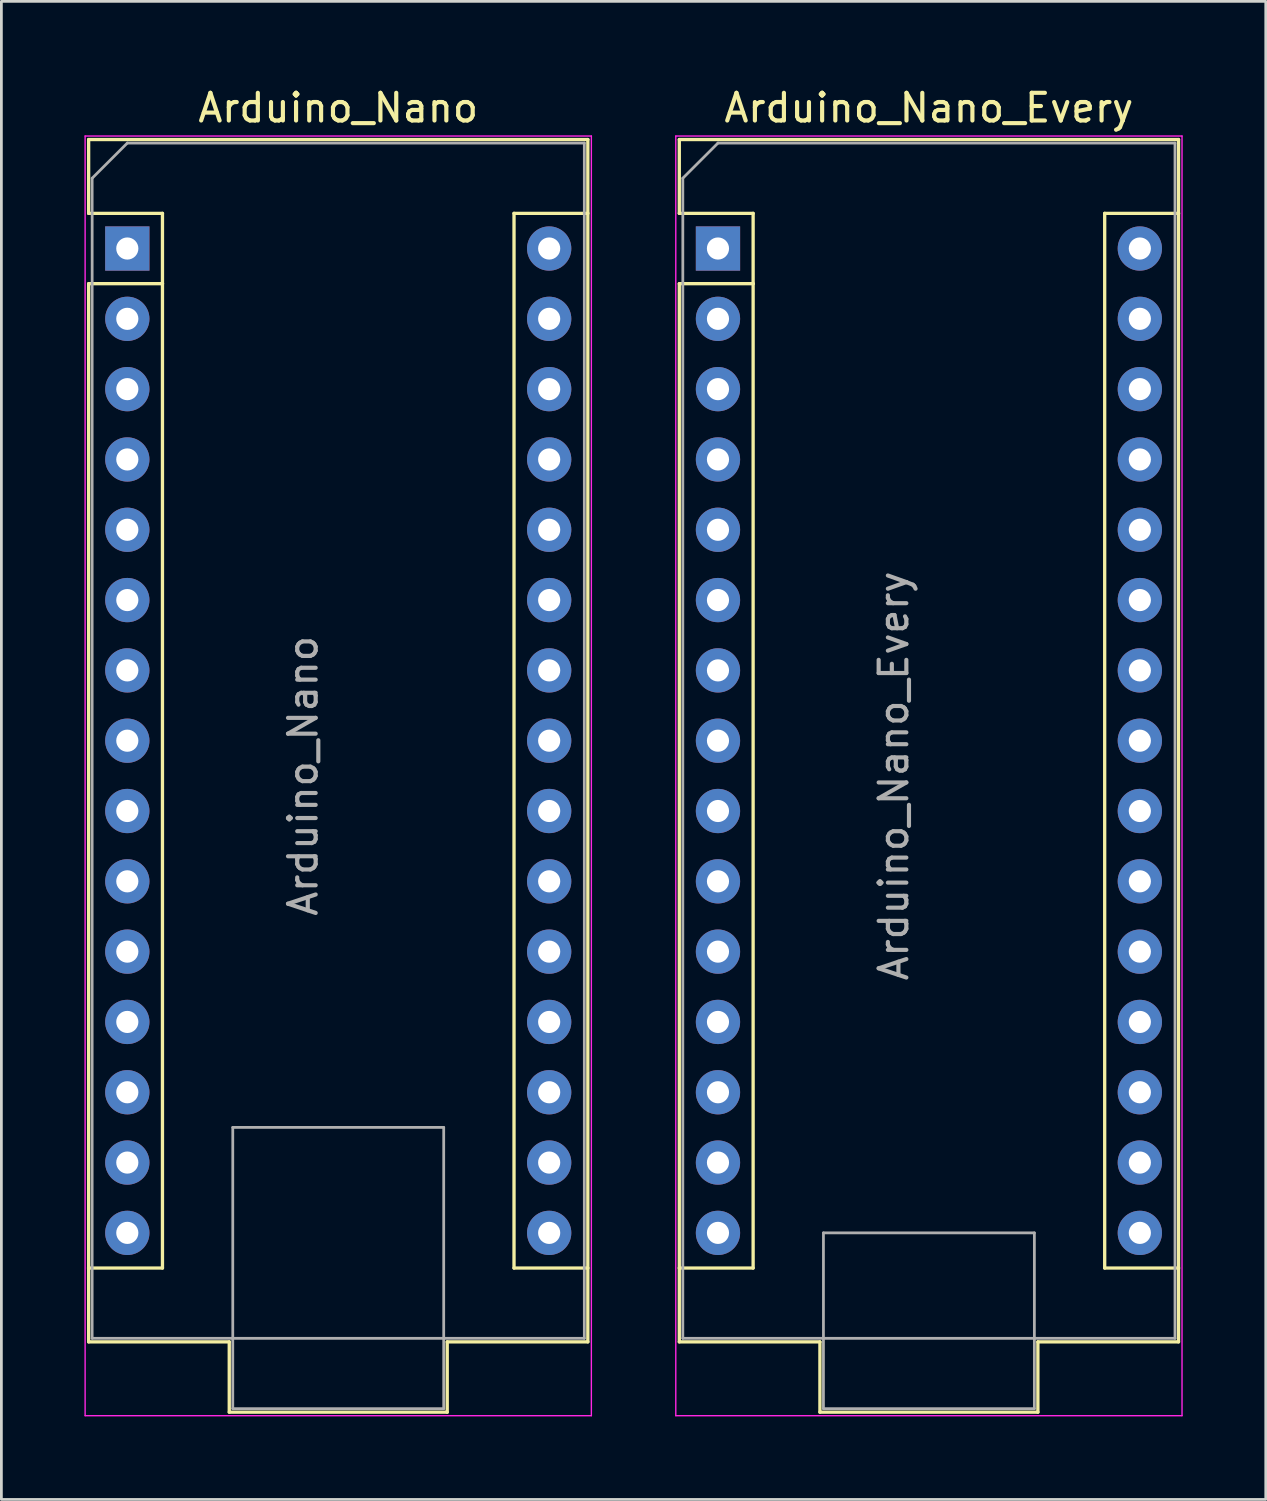
<source format=kicad_pcb>
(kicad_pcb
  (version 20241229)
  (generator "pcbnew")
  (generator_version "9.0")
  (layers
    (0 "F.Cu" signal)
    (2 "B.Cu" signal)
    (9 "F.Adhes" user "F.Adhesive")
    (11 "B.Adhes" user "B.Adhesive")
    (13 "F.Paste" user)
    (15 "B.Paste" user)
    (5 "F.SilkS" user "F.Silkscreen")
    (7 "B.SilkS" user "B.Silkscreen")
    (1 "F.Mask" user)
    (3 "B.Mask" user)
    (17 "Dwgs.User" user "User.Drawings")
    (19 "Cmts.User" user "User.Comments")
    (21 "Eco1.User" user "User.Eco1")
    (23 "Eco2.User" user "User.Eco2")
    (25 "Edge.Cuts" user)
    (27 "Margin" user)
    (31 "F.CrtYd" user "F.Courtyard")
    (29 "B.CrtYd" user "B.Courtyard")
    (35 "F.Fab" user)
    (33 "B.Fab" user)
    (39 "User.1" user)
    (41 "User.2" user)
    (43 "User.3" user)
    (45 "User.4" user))
  (footprint "Arduino_Nano"
    (layer "F.Cu")
    (at 1.549 5.928)
    (property "Reference" "Arduino_Nano" (at 7.62 -5.08 0) (layer "F.SilkS") (effects (font (size 1 1) (thickness 0.15))))
    (attr through_hole)
    (fp_line (start -1.397 -3.937) (end -1.397 -1.27) (stroke (width 0.12) (type solid)) (layer "F.SilkS"))
    (fp_line (start -1.397 1.27) (end -1.397 39.497) (stroke (width 0.12) (type solid)) (layer "F.SilkS"))
    (fp_line (start -1.397 39.497) (end 3.683 39.497) (stroke (width 0.12) (type solid)) (layer "F.SilkS"))
    (fp_line (start 1.27 -1.27) (end -1.397 -1.27) (stroke (width 0.12) (type solid)) (layer "F.SilkS"))
    (fp_line (start 1.27 1.27) (end -1.397 1.27) (stroke (width 0.12) (type solid)) (layer "F.SilkS"))
    (fp_line (start 1.27 1.27) (end 1.27 -1.27) (stroke (width 0.12) (type solid)) (layer "F.SilkS"))
    (fp_line (start 1.27 1.27) (end 1.27 36.83) (stroke (width 0.12) (type solid)) (layer "F.SilkS"))
    (fp_line (start 1.27 36.83) (end -1.4 36.83) (stroke (width 0.12) (type solid)) (layer "F.SilkS"))
    (fp_line (start 3.683 42.037) (end 3.683 39.497) (stroke (width 0.12) (type solid)) (layer "F.SilkS"))
    (fp_line (start 3.683 42.037) (end 11.557 42.037) (stroke (width 0.12) (type solid)) (layer "F.SilkS"))
    (fp_line (start 11.557 39.497) (end 16.637 39.497) (stroke (width 0.12) (type solid)) (layer "F.SilkS"))
    (fp_line (start 11.557 42.037) (end 11.557 39.497) (stroke (width 0.12) (type solid)) (layer "F.SilkS"))
    (fp_line (start 13.97 -1.27) (end 13.97 36.83) (stroke (width 0.12) (type solid)) (layer "F.SilkS"))
    (fp_line (start 13.97 -1.27) (end 16.64 -1.27) (stroke (width 0.12) (type solid)) (layer "F.SilkS"))
    (fp_line (start 13.97 36.83) (end 16.64 36.83) (stroke (width 0.12) (type solid)) (layer "F.SilkS"))
    (fp_line (start 16.637 -3.937) (end -1.397 -3.937) (stroke (width 0.12) (type solid)) (layer "F.SilkS"))
    (fp_line (start 16.637 39.497) (end 16.637 -3.937) (stroke (width 0.12) (type solid)) (layer "F.SilkS"))
    (fp_line (start -1.524 -4.064) (end -1.524 42.164) (stroke (width 0.05) (type solid)) (layer "F.CrtYd"))
    (fp_line (start -1.524 -4.064) (end 16.764 -4.064) (stroke (width 0.05) (type solid)) (layer "F.CrtYd"))
    (fp_line (start 16.764 42.164) (end -1.524 42.164) (stroke (width 0.05) (type solid)) (layer "F.CrtYd"))
    (fp_line (start 16.764 42.164) (end 16.764 -4.064) (stroke (width 0.05) (type solid)) (layer "F.CrtYd"))
    (fp_line (start -1.27 -2.54) (end 0 -3.81) (stroke (width 0.1) (type solid)) (layer "F.Fab"))
    (fp_line (start -1.27 39.37) (end -1.27 -2.54) (stroke (width 0.1) (type solid)) (layer "F.Fab"))
    (fp_line (start 0 -3.81) (end 16.51 -3.81) (stroke (width 0.1) (type solid)) (layer "F.Fab"))
    (fp_line (start 3.81 31.75) (end 11.43 31.75) (stroke (width 0.1) (type solid)) (layer "F.Fab"))
    (fp_line (start 3.81 41.91) (end 3.81 31.75) (stroke (width 0.1) (type solid)) (layer "F.Fab"))
    (fp_line (start 11.43 31.75) (end 11.43 41.91) (stroke (width 0.1) (type solid)) (layer "F.Fab"))
    (fp_line (start 11.43 41.91) (end 3.81 41.91) (stroke (width 0.1) (type solid)) (layer "F.Fab"))
    (fp_line (start 16.51 -3.81) (end 16.51 39.37) (stroke (width 0.1) (type solid)) (layer "F.Fab"))
    (fp_line (start 16.51 39.37) (end -1.27 39.37) (stroke (width 0.1) (type solid)) (layer "F.Fab"))
    (fp_text user "${REFERENCE}" (at 6.35 19.05 90) (layer "F.Fab") (effects (font (size 1 1) (thickness 0.15))))
    (pad "1" thru_hole rect (at 0 0) (size 1.6 1.6) (drill 0.8) (layers "*.Cu" "*.Mask"))
    (pad "2" thru_hole oval (at 0 2.54) (size 1.6 1.6) (drill 0.8) (layers "*.Cu" "*.Mask"))
    (pad "3" thru_hole oval (at 0 5.08) (size 1.6 1.6) (drill 0.8) (layers "*.Cu" "*.Mask"))
    (pad "4" thru_hole oval (at 0 7.62) (size 1.6 1.6) (drill 0.8) (layers "*.Cu" "*.Mask"))
    (pad "5" thru_hole oval (at 0 10.16) (size 1.6 1.6) (drill 0.8) (layers "*.Cu" "*.Mask"))
    (pad "6" thru_hole oval (at 0 12.7) (size 1.6 1.6) (drill 0.8) (layers "*.Cu" "*.Mask"))
    (pad "7" thru_hole oval (at 0 15.24) (size 1.6 1.6) (drill 0.8) (layers "*.Cu" "*.Mask"))
    (pad "8" thru_hole oval (at 0 17.78) (size 1.6 1.6) (drill 0.8) (layers "*.Cu" "*.Mask"))
    (pad "9" thru_hole oval (at 0 20.32) (size 1.6 1.6) (drill 0.8) (layers "*.Cu" "*.Mask"))
    (pad "10" thru_hole oval (at 0 22.86) (size 1.6 1.6) (drill 0.8) (layers "*.Cu" "*.Mask"))
    (pad "11" thru_hole oval (at 0 25.4) (size 1.6 1.6) (drill 0.8) (layers "*.Cu" "*.Mask"))
    (pad "12" thru_hole oval (at 0 27.94) (size 1.6 1.6) (drill 0.8) (layers "*.Cu" "*.Mask"))
    (pad "13" thru_hole oval (at 0 30.48) (size 1.6 1.6) (drill 0.8) (layers "*.Cu" "*.Mask"))
    (pad "14" thru_hole oval (at 0 33.02) (size 1.6 1.6) (drill 0.8) (layers "*.Cu" "*.Mask"))
    (pad "15" thru_hole oval (at 0 35.56) (size 1.6 1.6) (drill 0.8) (layers "*.Cu" "*.Mask"))
    (pad "16" thru_hole oval (at 15.24 35.56) (size 1.6 1.6) (drill 0.8) (layers "*.Cu" "*.Mask"))
    (pad "17" thru_hole oval (at 15.24 33.02) (size 1.6 1.6) (drill 0.8) (layers "*.Cu" "*.Mask"))
    (pad "18" thru_hole oval (at 15.24 30.48) (size 1.6 1.6) (drill 0.8) (layers "*.Cu" "*.Mask"))
    (pad "19" thru_hole oval (at 15.24 27.94) (size 1.6 1.6) (drill 0.8) (layers "*.Cu" "*.Mask"))
    (pad "20" thru_hole oval (at 15.24 25.4) (size 1.6 1.6) (drill 0.8) (layers "*.Cu" "*.Mask"))
    (pad "21" thru_hole oval (at 15.24 22.86) (size 1.6 1.6) (drill 0.8) (layers "*.Cu" "*.Mask"))
    (pad "22" thru_hole oval (at 15.24 20.32) (size 1.6 1.6) (drill 0.8) (layers "*.Cu" "*.Mask"))
    (pad "23" thru_hole oval (at 15.24 17.78) (size 1.6 1.6) (drill 0.8) (layers "*.Cu" "*.Mask"))
    (pad "24" thru_hole oval (at 15.24 15.24) (size 1.6 1.6) (drill 0.8) (layers "*.Cu" "*.Mask"))
    (pad "25" thru_hole oval (at 15.24 12.7) (size 1.6 1.6) (drill 0.8) (layers "*.Cu" "*.Mask"))
    (pad "26" thru_hole oval (at 15.24 10.16) (size 1.6 1.6) (drill 0.8) (layers "*.Cu" "*.Mask"))
    (pad "27" thru_hole oval (at 15.24 7.62) (size 1.6 1.6) (drill 0.8) (layers "*.Cu" "*.Mask"))
    (pad "28" thru_hole oval (at 15.24 5.08) (size 1.6 1.6) (drill 0.8) (layers "*.Cu" "*.Mask"))
    (pad "29" thru_hole oval (at 15.24 2.54) (size 1.6 1.6) (drill 0.8) (layers "*.Cu" "*.Mask"))
    (pad "30" thru_hole oval (at 15.24 0) (size 1.6 1.6) (drill 0.8) (layers "*.Cu" "*.Mask")))
  (footprint "Arduino_Nano_Every"
    (layer "F.Cu")
    (at 22.887 5.928)
    (property "Reference" "Arduino_Nano_Every" (at 7.62 -5.08 0) (layer "F.SilkS") (effects (font (size 1 1) (thickness 0.15))))
    (attr through_hole)
    (fp_line (start -1.397 -3.937) (end -1.397 -1.27) (stroke (width 0.12) (type solid)) (layer "F.SilkS"))
    (fp_line (start -1.397 1.27) (end -1.397 39.497) (stroke (width 0.12) (type solid)) (layer "F.SilkS"))
    (fp_line (start -1.397 39.497) (end 3.683 39.497) (stroke (width 0.12) (type solid)) (layer "F.SilkS"))
    (fp_line (start 1.27 -1.27) (end -1.397 -1.27) (stroke (width 0.12) (type solid)) (layer "F.SilkS"))
    (fp_line (start 1.27 1.27) (end -1.397 1.27) (stroke (width 0.12) (type solid)) (layer "F.SilkS"))
    (fp_line (start 1.27 1.27) (end 1.27 -1.27) (stroke (width 0.12) (type solid)) (layer "F.SilkS"))
    (fp_line (start 1.27 1.27) (end 1.27 36.83) (stroke (width 0.12) (type solid)) (layer "F.SilkS"))
    (fp_line (start 1.27 36.83) (end -1.4 36.83) (stroke (width 0.12) (type solid)) (layer "F.SilkS"))
    (fp_line (start 3.683 42.037) (end 3.683 39.497) (stroke (width 0.12) (type solid)) (layer "F.SilkS"))
    (fp_line (start 3.683 42.037) (end 11.557 42.037) (stroke (width 0.12) (type solid)) (layer "F.SilkS"))
    (fp_line (start 11.557 39.497) (end 16.637 39.497) (stroke (width 0.12) (type solid)) (layer "F.SilkS"))
    (fp_line (start 11.557 42.037) (end 11.557 39.497) (stroke (width 0.12) (type solid)) (layer "F.SilkS"))
    (fp_line (start 13.97 -1.27) (end 13.97 36.83) (stroke (width 0.12) (type solid)) (layer "F.SilkS"))
    (fp_line (start 13.97 -1.27) (end 16.64 -1.27) (stroke (width 0.12) (type solid)) (layer "F.SilkS"))
    (fp_line (start 13.97 36.83) (end 16.64 36.83) (stroke (width 0.12) (type solid)) (layer "F.SilkS"))
    (fp_line (start 16.637 -3.937) (end -1.397 -3.937) (stroke (width 0.12) (type solid)) (layer "F.SilkS"))
    (fp_line (start 16.637 39.497) (end 16.637 -3.937) (stroke (width 0.12) (type solid)) (layer "F.SilkS"))
    (fp_line (start -1.524 -4.064) (end -1.524 42.164) (stroke (width 0.05) (type solid)) (layer "F.CrtYd"))
    (fp_line (start -1.524 -4.064) (end 16.764 -4.064) (stroke (width 0.05) (type solid)) (layer "F.CrtYd"))
    (fp_line (start 16.764 42.164) (end -1.524 42.164) (stroke (width 0.05) (type solid)) (layer "F.CrtYd"))
    (fp_line (start 16.764 42.164) (end 16.764 -4.064) (stroke (width 0.05) (type solid)) (layer "F.CrtYd"))
    (fp_line (start -1.27 -2.54) (end 0 -3.81) (stroke (width 0.1) (type solid)) (layer "F.Fab"))
    (fp_line (start -1.27 39.37) (end -1.27 -2.54) (stroke (width 0.1) (type solid)) (layer "F.Fab"))
    (fp_line (start 0 -3.81) (end 16.51 -3.81) (stroke (width 0.1) (type solid)) (layer "F.Fab"))
    (fp_line (start 3.81 35.56) (end 11.43 35.56) (stroke (width 0.1) (type solid)) (layer "F.Fab"))
    (fp_line (start 3.81 41.91) (end 3.81 35.56) (stroke (width 0.1) (type solid)) (layer "F.Fab"))
    (fp_line (start 11.43 35.56) (end 11.43 41.91) (stroke (width 0.1) (type solid)) (layer "F.Fab"))
    (fp_line (start 11.43 41.91) (end 3.81 41.91) (stroke (width 0.1) (type solid)) (layer "F.Fab"))
    (fp_line (start 16.51 -3.81) (end 16.51 39.37) (stroke (width 0.1) (type solid)) (layer "F.Fab"))
    (fp_line (start 16.51 39.37) (end -1.27 39.37) (stroke (width 0.1) (type solid)) (layer "F.Fab"))
    (fp_text user "${REFERENCE}" (at 6.35 19.05 90) (layer "F.Fab") (effects (font (size 1 1) (thickness 0.15))))
    (pad "1" thru_hole rect (at 0 0) (size 1.6 1.6) (drill 0.8) (layers "*.Cu" "*.Mask"))
    (pad "2" thru_hole oval (at 0 2.54) (size 1.6 1.6) (drill 0.8) (layers "*.Cu" "*.Mask"))
    (pad "3" thru_hole oval (at 0 5.08) (size 1.6 1.6) (drill 0.8) (layers "*.Cu" "*.Mask"))
    (pad "4" thru_hole oval (at 0 7.62) (size 1.6 1.6) (drill 0.8) (layers "*.Cu" "*.Mask"))
    (pad "5" thru_hole oval (at 0 10.16) (size 1.6 1.6) (drill 0.8) (layers "*.Cu" "*.Mask"))
    (pad "6" thru_hole oval (at 0 12.7) (size 1.6 1.6) (drill 0.8) (layers "*.Cu" "*.Mask"))
    (pad "7" thru_hole oval (at 0 15.24) (size 1.6 1.6) (drill 0.8) (layers "*.Cu" "*.Mask"))
    (pad "8" thru_hole oval (at 0 17.78) (size 1.6 1.6) (drill 0.8) (layers "*.Cu" "*.Mask"))
    (pad "9" thru_hole oval (at 0 20.32) (size 1.6 1.6) (drill 0.8) (layers "*.Cu" "*.Mask"))
    (pad "10" thru_hole oval (at 0 22.86) (size 1.6 1.6) (drill 0.8) (layers "*.Cu" "*.Mask"))
    (pad "11" thru_hole oval (at 0 25.4) (size 1.6 1.6) (drill 0.8) (layers "*.Cu" "*.Mask"))
    (pad "12" thru_hole oval (at 0 27.94) (size 1.6 1.6) (drill 0.8) (layers "*.Cu" "*.Mask"))
    (pad "13" thru_hole oval (at 0 30.48) (size 1.6 1.6) (drill 0.8) (layers "*.Cu" "*.Mask"))
    (pad "14" thru_hole oval (at 0 33.02) (size 1.6 1.6) (drill 0.8) (layers "*.Cu" "*.Mask"))
    (pad "15" thru_hole oval (at 0 35.56) (size 1.6 1.6) (drill 0.8) (layers "*.Cu" "*.Mask"))
    (pad "16" thru_hole oval (at 15.24 35.56) (size 1.6 1.6) (drill 0.8) (layers "*.Cu" "*.Mask"))
    (pad "17" thru_hole oval (at 15.24 33.02) (size 1.6 1.6) (drill 0.8) (layers "*.Cu" "*.Mask"))
    (pad "18" thru_hole oval (at 15.24 30.48) (size 1.6 1.6) (drill 0.8) (layers "*.Cu" "*.Mask"))
    (pad "19" thru_hole oval (at 15.24 27.94) (size 1.6 1.6) (drill 0.8) (layers "*.Cu" "*.Mask"))
    (pad "20" thru_hole oval (at 15.24 25.4) (size 1.6 1.6) (drill 0.8) (layers "*.Cu" "*.Mask"))
    (pad "21" thru_hole oval (at 15.24 22.86) (size 1.6 1.6) (drill 0.8) (layers "*.Cu" "*.Mask"))
    (pad "22" thru_hole oval (at 15.24 20.32) (size 1.6 1.6) (drill 0.8) (layers "*.Cu" "*.Mask"))
    (pad "23" thru_hole oval (at 15.24 17.78) (size 1.6 1.6) (drill 0.8) (layers "*.Cu" "*.Mask"))
    (pad "24" thru_hole oval (at 15.24 15.24) (size 1.6 1.6) (drill 0.8) (layers "*.Cu" "*.Mask"))
    (pad "25" thru_hole oval (at 15.24 12.7) (size 1.6 1.6) (drill 0.8) (layers "*.Cu" "*.Mask"))
    (pad "26" thru_hole oval (at 15.24 10.16) (size 1.6 1.6) (drill 0.8) (layers "*.Cu" "*.Mask"))
    (pad "27" thru_hole oval (at 15.24 7.62) (size 1.6 1.6) (drill 0.8) (layers "*.Cu" "*.Mask"))
    (pad "28" thru_hole oval (at 15.24 5.08) (size 1.6 1.6) (drill 0.8) (layers "*.Cu" "*.Mask"))
    (pad "29" thru_hole oval (at 15.24 2.54) (size 1.6 1.6) (drill 0.8) (layers "*.Cu" "*.Mask"))
    (pad "30" thru_hole oval (at 15.24 0) (size 1.6 1.6) (drill 0.8) (layers "*.Cu" "*.Mask")))
  (gr_rect
    (start -3 -3)
    (end 42.676 51.117)
    (stroke (width 0.1) (type default))
    (fill no)
    (layer "Edge.Cuts")))
</source>
